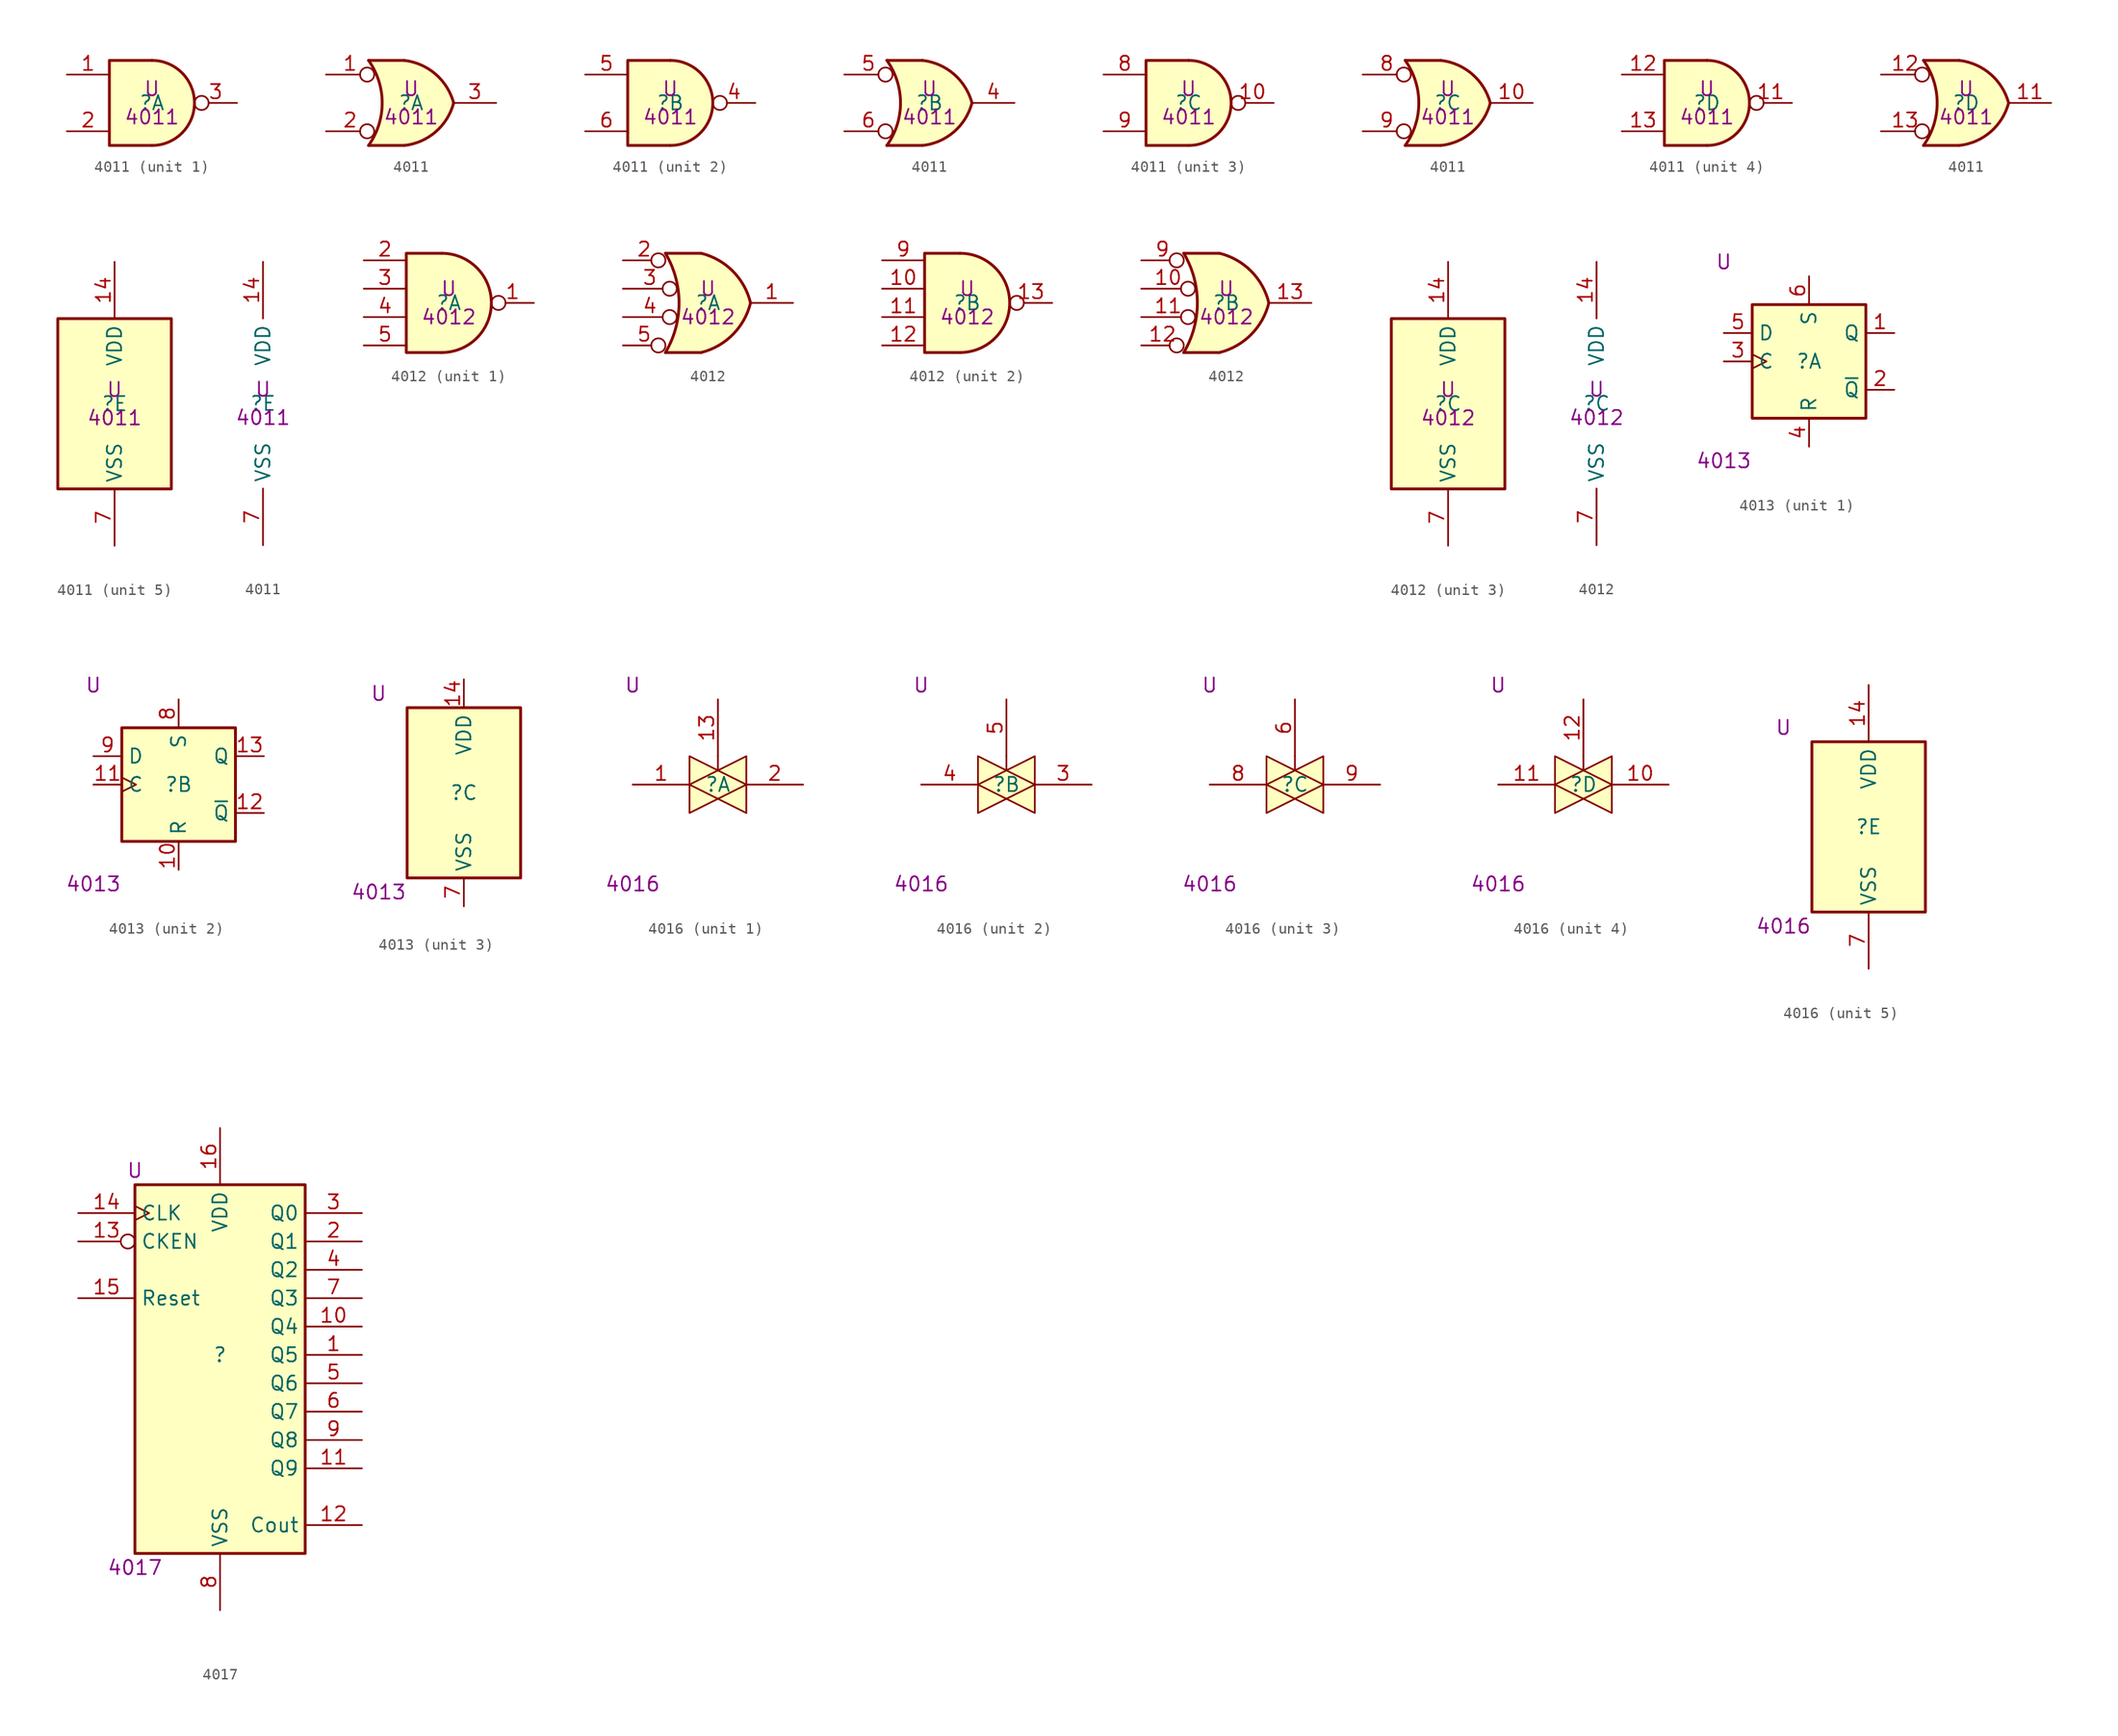
<source format=kicad_sym>
(kicad_symbol_lib
  (version 20200126)
  (host kicad_symbol_editor "(5.99.0-1075-g01a6d0067)")
  (symbol "4011"
    (property "ki_reference" "U"
      (at 0 1.27 0))
    (property "ki_value" "4011"
      (at 0 -1.27 0))
    (property "ki_locked" ""
      (at 0 0 0))
    (symbol "4011_1_1"
      (arc (start 0 -3.81) (end 0 3.81) (radius (at 0 0) (length 3.81) (angles -89.9 89.9)) (stroke (width 0.254)) (fill (type background)))
      (polyline (pts (xy 0 3.81) (xy -3.81 3.81) (xy -3.81 -3.81) (xy 0 -3.81)) (stroke (width 0.254)) (fill (type background)))
      (pin input line (at -7.62 2.54 0) (length 3.81) (name "~") (number "1"))
      (pin input line (at -7.62 -2.54 0) (length 3.81) (name "~") (number "2"))
      (pin output inverted (at 7.62 0 180) (length 3.81) (name "~") (number "3")))
    (symbol "4011_2_1"
      (arc (start 0 -3.81) (end 0 3.81) (radius (at 0 0) (length 3.81) (angles -89.9 89.9)) (stroke (width 0.254)) (fill (type background)))
      (polyline (pts (xy 0 3.81) (xy -3.81 3.81) (xy -3.81 -3.81) (xy 0 -3.81)) (stroke (width 0.254)) (fill (type background)))
      (pin output inverted (at 7.62 0 180) (length 3.81) (name "~") (number "4"))
      (pin input line (at -7.62 2.54 0) (length 3.81) (name "~") (number "5"))
      (pin input line (at -7.62 -2.54 0) (length 3.81) (name "~") (number "6")))
    (symbol "4011_3_1"
      (arc (start 0 -3.81) (end 0 3.81) (radius (at 0 0) (length 3.81) (angles -89.9 89.9)) (stroke (width 0.254)) (fill (type background)))
      (polyline (pts (xy 0 3.81) (xy -3.81 3.81) (xy -3.81 -3.81) (xy 0 -3.81)) (stroke (width 0.254)) (fill (type background)))
      (pin output inverted (at 7.62 0 180) (length 3.81) (name "~") (number "10"))
      (pin input line (at -7.62 2.54 0) (length 3.81) (name "~") (number "8"))
      (pin input line (at -7.62 -2.54 0) (length 3.81) (name "~") (number "9")))
    (symbol "4011_4_1"
      (arc (start 0 -3.81) (end 0 3.81) (radius (at 0 0) (length 3.81) (angles -89.9 89.9)) (stroke (width 0.254)) (fill (type background)))
      (polyline (pts (xy 0 3.81) (xy -3.81 3.81) (xy -3.81 -3.81) (xy 0 -3.81)) (stroke (width 0.254)) (fill (type background)))
      (pin output inverted (at 7.62 0 180) (length 3.81) (name "~") (number "11"))
      (pin input line (at -7.62 2.54 0) (length 3.81) (name "~") (number "12"))
      (pin input line (at -7.62 -2.54 0) (length 3.81) (name "~") (number "13")))
    (symbol "4011_1_2"
      (arc (start -3.81 3.81) (end -3.81 -3.81) (radius (at -9.144 0) (length 6.5532) (angles 35.4 -35.4)) (stroke (width 0.254)))
      (arc (start 3.81 0) (end -0.6096 3.81) (radius (at -1.1938 -1.3208) (length 5.1816) (angles 15 83.7)) (stroke (width 0.254)) (fill (type background)))
      (arc (start 3.81 0) (end -0.6096 -3.81) (radius (at -1.1938 1.3208) (length 5.1816) (angles -15 -83.7)) (stroke (width 0.254)) (fill (type background)))
      (polyline (pts (xy -3.81 -3.81) (xy -0.635 -3.81)) (stroke (width 0.254)) (fill (type background)))
      (polyline (pts (xy -3.81 3.81) (xy -0.635 3.81)) (stroke (width 0.254)) (fill (type background)))
      (polyline (pts (xy -0.635 3.81) (xy -3.81 3.81) (xy -3.81 3.81) (xy -3.556 3.404) (xy -3.023 2.261) (xy -2.692 1.041) (xy -2.616 -0.254) (xy -2.769 -1.499) (xy -3.175 -2.718) (xy -3.81 -3.81) (xy -3.81 -3.81) (xy -0.635 -3.81)) (stroke (width -25.4)) (fill (type background)))
      (pin input inverted (at -7.62 2.54 0) (length 4.318) (name "~") (number "1"))
      (pin input inverted (at -7.62 -2.54 0) (length 4.318) (name "~") (number "2"))
      (pin output line (at 7.62 0 180) (length 3.81) (name "~") (number "3")))
    (symbol "4011_2_2"
      (arc (start -3.81 3.81) (end -3.81 -3.81) (radius (at -9.144 0) (length 6.5532) (angles 35.4 -35.4)) (stroke (width 0.254)))
      (arc (start 3.81 0) (end -0.6096 3.81) (radius (at -1.1938 -1.3208) (length 5.1816) (angles 15 83.7)) (stroke (width 0.254)) (fill (type background)))
      (arc (start 3.81 0) (end -0.6096 -3.81) (radius (at -1.1938 1.3208) (length 5.1816) (angles -15 -83.7)) (stroke (width 0.254)) (fill (type background)))
      (polyline (pts (xy -3.81 -3.81) (xy -0.635 -3.81)) (stroke (width 0.254)) (fill (type background)))
      (polyline (pts (xy -3.81 3.81) (xy -0.635 3.81)) (stroke (width 0.254)) (fill (type background)))
      (polyline (pts (xy -0.635 3.81) (xy -3.81 3.81) (xy -3.81 3.81) (xy -3.556 3.404) (xy -3.023 2.261) (xy -2.692 1.041) (xy -2.616 -0.254) (xy -2.769 -1.499) (xy -3.175 -2.718) (xy -3.81 -3.81) (xy -3.81 -3.81) (xy -0.635 -3.81)) (stroke (width -25.4)) (fill (type background)))
      (pin output line (at 7.62 0 180) (length 3.81) (name "~") (number "4"))
      (pin input inverted (at -7.62 2.54 0) (length 4.318) (name "~") (number "5"))
      (pin input inverted (at -7.62 -2.54 0) (length 4.318) (name "~") (number "6")))
    (symbol "4011_3_2"
      (arc (start -3.81 3.81) (end -3.81 -3.81) (radius (at -9.144 0) (length 6.5532) (angles 35.4 -35.4)) (stroke (width 0.254)))
      (arc (start 3.81 0) (end -0.6096 3.81) (radius (at -1.1938 -1.3208) (length 5.1816) (angles 15 83.7)) (stroke (width 0.254)) (fill (type background)))
      (arc (start 3.81 0) (end -0.6096 -3.81) (radius (at -1.1938 1.3208) (length 5.1816) (angles -15 -83.7)) (stroke (width 0.254)) (fill (type background)))
      (polyline (pts (xy -3.81 -3.81) (xy -0.635 -3.81)) (stroke (width 0.254)) (fill (type background)))
      (polyline (pts (xy -3.81 3.81) (xy -0.635 3.81)) (stroke (width 0.254)) (fill (type background)))
      (polyline (pts (xy -0.635 3.81) (xy -3.81 3.81) (xy -3.81 3.81) (xy -3.556 3.404) (xy -3.023 2.261) (xy -2.692 1.041) (xy -2.616 -0.254) (xy -2.769 -1.499) (xy -3.175 -2.718) (xy -3.81 -3.81) (xy -3.81 -3.81) (xy -0.635 -3.81)) (stroke (width -25.4)) (fill (type background)))
      (pin output line (at 7.62 0 180) (length 3.81) (name "~") (number "10"))
      (pin input inverted (at -7.62 2.54 0) (length 4.318) (name "~") (number "8"))
      (pin input inverted (at -7.62 -2.54 0) (length 4.318) (name "~") (number "9")))
    (symbol "4011_4_2"
      (arc (start -3.81 3.81) (end -3.81 -3.81) (radius (at -9.144 0) (length 6.5532) (angles 35.4 -35.4)) (stroke (width 0.254)))
      (arc (start 3.81 0) (end -0.6096 3.81) (radius (at -1.1938 -1.3208) (length 5.1816) (angles 15 83.7)) (stroke (width 0.254)) (fill (type background)))
      (arc (start 3.81 0) (end -0.6096 -3.81) (radius (at -1.1938 1.3208) (length 5.1816) (angles -15 -83.7)) (stroke (width 0.254)) (fill (type background)))
      (polyline (pts (xy -3.81 -3.81) (xy -0.635 -3.81)) (stroke (width 0.254)) (fill (type background)))
      (polyline (pts (xy -3.81 3.81) (xy -0.635 3.81)) (stroke (width 0.254)) (fill (type background)))
      (polyline (pts (xy -0.635 3.81) (xy -3.81 3.81) (xy -3.81 3.81) (xy -3.556 3.404) (xy -3.023 2.261) (xy -2.692 1.041) (xy -2.616 -0.254) (xy -2.769 -1.499) (xy -3.175 -2.718) (xy -3.81 -3.81) (xy -3.81 -3.81) (xy -0.635 -3.81)) (stroke (width -25.4)) (fill (type background)))
      (pin output line (at 7.62 0 180) (length 3.81) (name "~") (number "11"))
      (pin input inverted (at -7.62 2.54 0) (length 4.318) (name "~") (number "12"))
      (pin input inverted (at -7.62 -2.54 0) (length 4.318) (name "~") (number "13")))
    (symbol "4011_5_1"
      (rectangle (start -5.08 7.62) (end 5.08 -7.62) (stroke (width 0.254)) (fill (type background))))
    (symbol "4011_5_0"
      (pin power_in line (at 0 12.7 270) (length 5.08) (name "VDD") (number "14"))
      (pin power_in line (at 0 -12.7 90) (length 5.08) (name "VSS") (number "7"))))
  (symbol "4012"
    (property "ki_reference" "U"
      (at 0 1.27 0))
    (property "ki_value" "4012"
      (at 0 -1.27 0))
    (property "ki_locked" ""
      (at 0 0 0))
    (symbol "4012_1_1"
      (arc (start -0.635 -4.445) (end -0.635 4.445) (radius (at -0.635 0) (length 4.445) (angles -89.9 89.9)) (stroke (width 0.254)) (fill (type background)))
      (polyline (pts (xy -0.635 4.445) (xy -3.81 4.445) (xy -3.81 -4.445) (xy -0.635 -4.445)) (stroke (width 0.254)) (fill (type background)))
      (pin output inverted (at 7.62 0 180) (length 3.81) (name "~") (number "1"))
      (pin input line (at -7.62 3.81 0) (length 3.81) (name "~") (number "2"))
      (pin input line (at -7.62 1.27 0) (length 3.81) (name "~") (number "3"))
      (pin input line (at -7.62 -1.27 0) (length 3.81) (name "~") (number "4"))
      (pin input line (at -7.62 -3.81 0) (length 3.81) (name "~") (number "5")))
    (symbol "4012_2_1"
      (arc (start -0.635 -4.445) (end -0.635 4.445) (radius (at -0.635 0) (length 4.445) (angles -89.9 89.9)) (stroke (width 0.254)) (fill (type background)))
      (polyline (pts (xy -0.635 4.445) (xy -3.81 4.445) (xy -3.81 -4.445) (xy -0.635 -4.445)) (stroke (width 0.254)) (fill (type background)))
      (pin input line (at -7.62 1.27 0) (length 3.81) (name "~") (number "10"))
      (pin input line (at -7.62 -1.27 0) (length 3.81) (name "~") (number "11"))
      (pin input line (at -7.62 -3.81 0) (length 3.81) (name "~") (number "12"))
      (pin output inverted (at 7.62 0 180) (length 3.81) (name "~") (number "13"))
      (pin input line (at -7.62 3.81 0) (length 3.81) (name "~") (number "9")))
    (symbol "4012_1_2"
      (arc (start -3.81 4.445) (end -3.81 -4.445) (radius (at -11.303 0) (length 8.7122) (angles 30.6 -30.6)) (stroke (width 0.254)))
      (arc (start 3.81 0) (end -0.6096 4.445) (radius (at -2.0574 -1.4224) (length 6.0452) (angles 13.7 76.8)) (stroke (width 0.254)) (fill (type background)))
      (arc (start 3.81 0) (end -0.6096 -4.445) (radius (at -2.0574 1.4224) (length 6.0452) (angles -13.7 -76.8)) (stroke (width 0.254)) (fill (type background)))
      (polyline (pts (xy -3.81 -4.445) (xy -0.635 -4.445)) (stroke (width 0.254)) (fill (type background)))
      (polyline (pts (xy -3.81 4.445) (xy -0.635 4.445)) (stroke (width 0.254)) (fill (type background)))
      (polyline (pts (xy -0.635 4.445) (xy -3.81 4.445) (xy -3.81 4.445) (xy -3.632 4.089) (xy -3.099 2.921) (xy -2.769 1.676) (xy -2.616 0.432) (xy -2.642 -0.864) (xy -2.87 -2.108) (xy -3.251 -3.327) (xy -3.81 -4.445) (xy -3.81 -4.445) (xy -0.635 -4.445)) (stroke (width -25.4)) (fill (type background)))
      (pin output line (at 7.62 0 180) (length 3.81) (name "~") (number "1"))
      (pin input inverted (at -7.62 3.81 0) (length 3.81) (name "~") (number "2"))
      (pin input inverted (at -7.62 1.27 0) (length 4.826) (name "~") (number "3"))
      (pin input inverted (at -7.62 -1.27 0) (length 4.826) (name "~") (number "4"))
      (pin input inverted (at -7.62 -3.81 0) (length 3.81) (name "~") (number "5")))
    (symbol "4012_2_2"
      (arc (start -3.81 4.445) (end -3.81 -4.445) (radius (at -11.303 0) (length 8.7122) (angles 30.6 -30.6)) (stroke (width 0.254)))
      (arc (start 3.81 0) (end -0.6096 4.445) (radius (at -2.0574 -1.4224) (length 6.0452) (angles 13.7 76.8)) (stroke (width 0.254)) (fill (type background)))
      (arc (start 3.81 0) (end -0.6096 -4.445) (radius (at -2.0574 1.4224) (length 6.0452) (angles -13.7 -76.8)) (stroke (width 0.254)) (fill (type background)))
      (polyline (pts (xy -3.81 -4.445) (xy -0.635 -4.445)) (stroke (width 0.254)) (fill (type background)))
      (polyline (pts (xy -3.81 4.445) (xy -0.635 4.445)) (stroke (width 0.254)) (fill (type background)))
      (polyline (pts (xy -0.635 4.445) (xy -3.81 4.445) (xy -3.81 4.445) (xy -3.632 4.089) (xy -3.099 2.921) (xy -2.769 1.676) (xy -2.616 0.432) (xy -2.642 -0.864) (xy -2.87 -2.108) (xy -3.251 -3.327) (xy -3.81 -4.445) (xy -3.81 -4.445) (xy -0.635 -4.445)) (stroke (width -25.4)) (fill (type background)))
      (pin input inverted (at -7.62 1.27 0) (length 4.826) (name "~") (number "10"))
      (pin input inverted (at -7.62 -1.27 0) (length 4.826) (name "~") (number "11"))
      (pin input inverted (at -7.62 -3.81 0) (length 3.81) (name "~") (number "12"))
      (pin output line (at 7.62 0 180) (length 3.81) (name "~") (number "13"))
      (pin input inverted (at -7.62 3.81 0) (length 3.81) (name "~") (number "9")))
    (symbol "4012_3_1"
      (rectangle (start -5.08 7.62) (end 5.08 -7.62) (stroke (width 0.254)) (fill (type background))))
    (symbol "4012_3_0"
      (pin power_in line (at 0 12.7 270) (length 5.08) (name "VDD") (number "14"))
      (pin power_in line (at 0 -12.7 90) (length 5.08) (name "VSS") (number "7"))))
  (symbol "4013"
    (property "ki_reference" "U"
      (at -7.62 8.89 0))
    (property "ki_value" "4013"
      (at -7.62 -8.89 0))
    (property "ki_locked" ""
      (at 0 0 0))
    (symbol "4013_1_1"
      (rectangle (start -5.08 5.08) (end 5.08 -5.08) (stroke (width 0.254)) (fill (type background)))
      (pin output line (at 7.62 2.54 180) (length 2.54) (name "Q") (number "1"))
      (pin output line (at 7.62 -2.54 180) (length 2.54) (name "~Q") (number "2"))
      (pin input clock (at -7.62 0 0) (length 2.54) (name "C") (number "3"))
      (pin input line (at 0 -7.62 90) (length 2.54) (name "R") (number "4"))
      (pin input line (at -7.62 2.54 0) (length 2.54) (name "D") (number "5"))
      (pin input line (at 0 7.62 270) (length 2.54) (name "S") (number "6")))
    (symbol "4013_2_1"
      (rectangle (start -5.08 5.08) (end 5.08 -5.08) (stroke (width 0.254)) (fill (type background)))
      (pin input line (at 0 -7.62 90) (length 2.54) (name "R") (number "10"))
      (pin input clock (at -7.62 0 0) (length 2.54) (name "C") (number "11"))
      (pin output line (at 7.62 -2.54 180) (length 2.54) (name "~Q") (number "12"))
      (pin output line (at 7.62 2.54 180) (length 2.54) (name "Q") (number "13"))
      (pin input line (at 0 7.62 270) (length 2.54) (name "S") (number "8"))
      (pin input line (at -7.62 2.54 0) (length 2.54) (name "D") (number "9")))
    (symbol "4013_3_1"
      (rectangle (start -5.08 7.62) (end 5.08 -7.62) (stroke (width 0.254)) (fill (type background))))
    (symbol "4013_3_0"
      (pin power_in line (at 0 10.16 270) (length 2.54) (name "VDD") (number "14"))
      (pin power_in line (at 0 -10.16 90) (length 2.54) (name "VSS") (number "7"))))
  (symbol "4016"
    (property "ki_reference" "U"
      (at -7.62 8.89 0))
    (property "ki_value" "4016"
      (at -7.62 -8.89 0))
    (property "ki_locked" ""
      (at 0 0 0))
    (symbol "4016_5_1"
      (rectangle (start -5.08 7.62) (end 5.08 -7.62) (stroke (width 0.254)) (fill (type background))))
    (symbol "4016_1_0"
      (polyline (pts (xy 0 1.27) (xy 0 2.54)))
      (polyline (pts (xy -2.54 0) (xy 2.54 2.54) (xy 2.54 -2.54) (xy -2.54 0)) (fill (type background)))
      (polyline (pts (xy -2.54 2.54) (xy 2.54 0) (xy -2.54 -2.54) (xy -2.54 2.54)) (fill (type background)))
      (pin passive line (at -7.62 0 0) (length 5.08) (name "~") (number "1"))
      (pin input line (at 0 7.62 270) (length 5.08) (name "~") (number "13"))
      (pin passive line (at 7.62 0 180) (length 5.08) (name "~") (number "2")))
    (symbol "4016_2_0"
      (polyline (pts (xy 0 1.27) (xy 0 2.54)))
      (polyline (pts (xy -2.54 0) (xy 2.54 2.54) (xy 2.54 -2.54) (xy -2.54 0)) (fill (type background)))
      (polyline (pts (xy -2.54 2.54) (xy 2.54 0) (xy -2.54 -2.54) (xy -2.54 2.54)) (fill (type background)))
      (pin passive line (at 7.62 0 180) (length 5.08) (name "~") (number "3"))
      (pin passive line (at -7.62 0 0) (length 5.08) (name "~") (number "4"))
      (pin input line (at 0 7.62 270) (length 5.08) (name "~") (number "5")))
    (symbol "4016_3_0"
      (polyline (pts (xy 0 1.27) (xy 0 2.54)))
      (polyline (pts (xy -2.54 0) (xy 2.54 2.54) (xy 2.54 -2.54) (xy -2.54 0)) (fill (type background)))
      (polyline (pts (xy -2.54 2.54) (xy 2.54 0) (xy -2.54 -2.54) (xy -2.54 2.54)) (fill (type background)))
      (pin input line (at 0 7.62 270) (length 5.08) (name "~") (number "6"))
      (pin passive line (at -7.62 0 0) (length 5.08) (name "~") (number "8"))
      (pin passive line (at 7.62 0 180) (length 5.08) (name "~") (number "9")))
    (symbol "4016_4_0"
      (polyline (pts (xy 0 1.27) (xy 0 2.54)))
      (polyline (pts (xy -2.54 0) (xy 2.54 2.54) (xy 2.54 -2.54) (xy -2.54 0)) (fill (type background)))
      (polyline (pts (xy -2.54 2.54) (xy 2.54 0) (xy -2.54 -2.54) (xy -2.54 2.54)) (fill (type background)))
      (pin passive line (at 7.62 0 180) (length 5.08) (name "~") (number "10"))
      (pin passive line (at -7.62 0 0) (length 5.08) (name "~") (number "11"))
      (pin input line (at 0 7.62 270) (length 5.08) (name "~") (number "12")))
    (symbol "4016_5_0"
      (pin power_in line (at 0 12.7 270) (length 5.08) (name "VDD") (number "14"))
      (pin power_in line (at 0 -12.7 90) (length 5.08) (name "VSS") (number "7"))))
  (symbol "4017"
    (property "ki_reference" "U"
      (at -7.62 16.51 0))
    (property "ki_value" "4017"
      (at -7.62 -19.05 0))
    (property "ki_locked" ""
      (at 0 0 0))
    (symbol "4017_1_1"
      (rectangle (start -7.62 15.24) (end 7.62 -17.78) (stroke (width 0.254)) (fill (type background))))
    (symbol "4017_1_0"
      (pin output line (at 12.7 0 180) (length 5.08) (name "Q5") (number "1"))
      (pin output line (at 12.7 2.54 180) (length 5.08) (name "Q4") (number "10"))
      (pin output line (at 12.7 -10.16 180) (length 5.08) (name "Q9") (number "11"))
      (pin output line (at 12.7 -15.24 180) (length 5.08) (name "Cout") (number "12"))
      (pin input inverted (at -12.7 10.16 0) (length 5.08) (name "CKEN") (number "13"))
      (pin input clock (at -12.7 12.7 0) (length 5.08) (name "CLK") (number "14"))
      (pin input line (at -12.7 5.08 0) (length 5.08) (name "Reset") (number "15"))
      (pin power_in line (at 0 20.32 270) (length 5.08) (name "VDD") (number "16"))
      (pin output line (at 12.7 10.16 180) (length 5.08) (name "Q1") (number "2"))
      (pin output line (at 12.7 12.7 180) (length 5.08) (name "Q0") (number "3"))
      (pin output line (at 12.7 7.62 180) (length 5.08) (name "Q2") (number "4"))
      (pin output line (at 12.7 -2.54 180) (length 5.08) (name "Q6") (number "5"))
      (pin output line (at 12.7 -5.08 180) (length 5.08) (name "Q7") (number "6"))
      (pin output line (at 12.7 5.08 180) (length 5.08) (name "Q3") (number "7"))
      (pin power_in line (at 0 -22.86 90) (length 5.08) (name "VSS") (number "8"))
      (pin output line (at 12.7 -7.62 180) (length 5.08) (name "Q8") (number "9")))))
</source>
